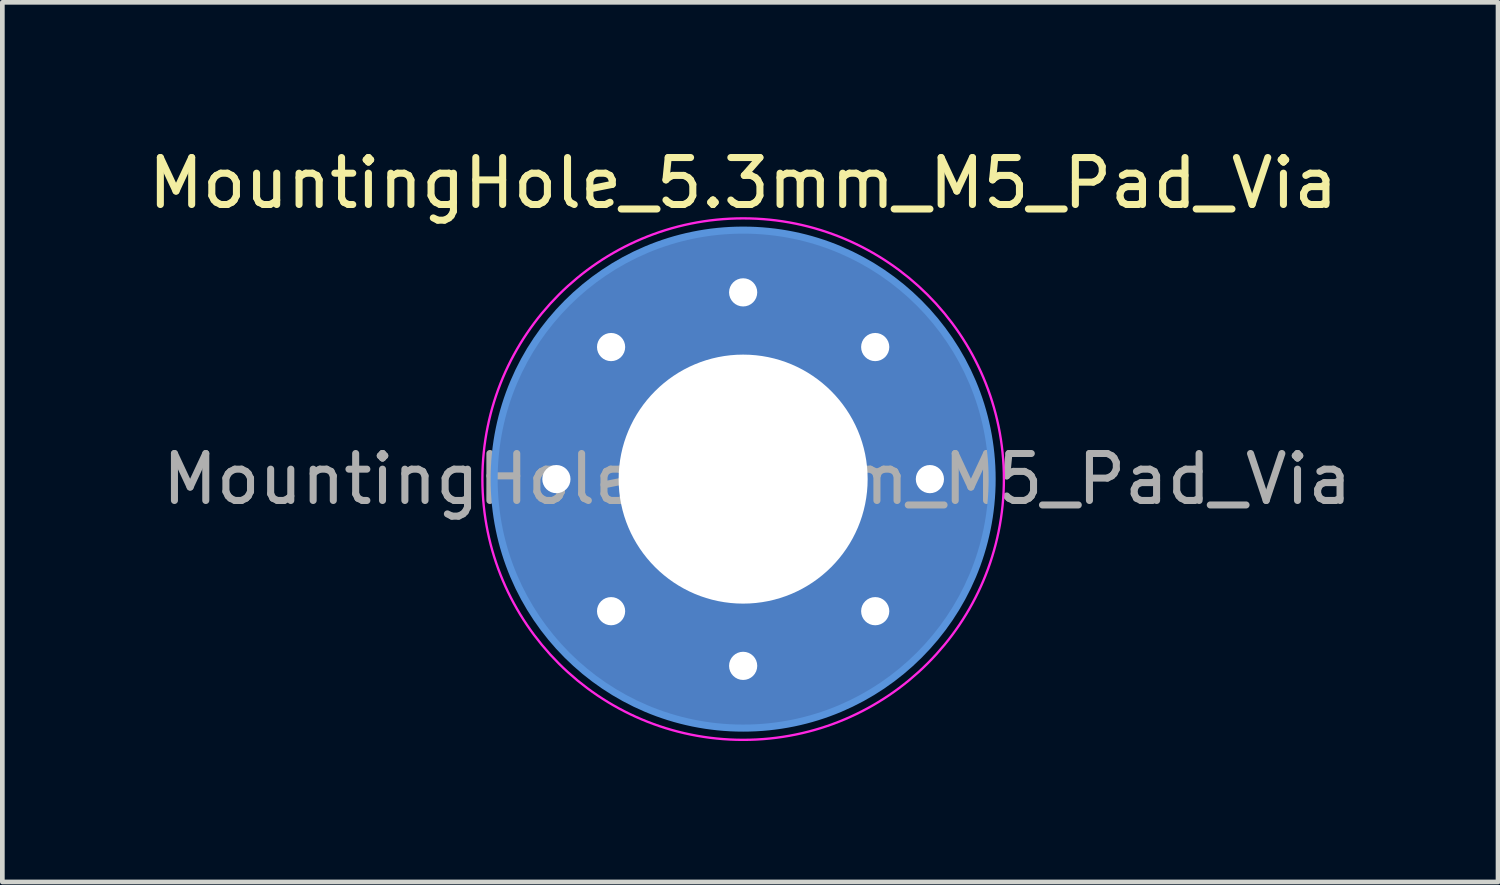
<source format=kicad_pcb>
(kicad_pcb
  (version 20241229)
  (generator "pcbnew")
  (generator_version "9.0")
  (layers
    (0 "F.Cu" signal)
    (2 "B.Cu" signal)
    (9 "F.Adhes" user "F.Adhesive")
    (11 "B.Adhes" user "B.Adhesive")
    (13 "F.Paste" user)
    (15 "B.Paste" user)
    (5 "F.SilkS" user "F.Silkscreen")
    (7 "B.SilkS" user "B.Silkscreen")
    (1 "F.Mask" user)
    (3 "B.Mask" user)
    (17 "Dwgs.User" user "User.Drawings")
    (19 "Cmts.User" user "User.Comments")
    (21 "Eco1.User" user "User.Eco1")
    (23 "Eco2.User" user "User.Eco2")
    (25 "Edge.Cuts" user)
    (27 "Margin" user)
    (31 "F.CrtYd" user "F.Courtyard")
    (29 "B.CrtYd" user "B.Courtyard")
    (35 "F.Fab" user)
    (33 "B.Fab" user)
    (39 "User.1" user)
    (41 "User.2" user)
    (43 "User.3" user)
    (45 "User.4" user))
  (footprint "MountingHole_5.3mm_M5_Pad_Via"
    (layer "F.Cu")
    (at 12.768 7.148)
    (property "Reference" "MountingHole_5.3mm_M5_Pad_Via" (at 0 -6.3 0) (layer "F.SilkS") (effects (font (size 1 1) (thickness 0.15))))
    (attr exclude_from_pos_files exclude_from_bom)
    (fp_circle (center 0 0) (end 5.3 0) (stroke (width 0.15) (type solid)) (fill no) (layer "Cmts.User"))
    (fp_circle (center 0 0) (end 5.55 0) (stroke (width 0.05) (type solid)) (fill no) (layer "F.CrtYd"))
    (fp_text user "${REFERENCE}" (at 0.3 0 0) (layer "F.Fab") (effects (font (size 1 1) (thickness 0.15))))
    (pad "" thru_hole circle (at -3.975 0) (size 0.9 0.9) (drill 0.6) (layers "*.Cu" "*.Mask"))
    (pad "" thru_hole circle (at -2.811 -2.811) (size 0.9 0.9) (drill 0.6) (layers "*.Cu" "*.Mask"))
    (pad "" thru_hole circle (at -2.811 2.811) (size 0.9 0.9) (drill 0.6) (layers "*.Cu" "*.Mask"))
    (pad "" thru_hole circle (at 0 -3.975) (size 0.9 0.9) (drill 0.6) (layers "*.Cu" "*.Mask"))
    (pad "" thru_hole circle (at 0 3.975) (size 0.9 0.9) (drill 0.6) (layers "*.Cu" "*.Mask"))
    (pad "" thru_hole circle (at 2.811 -2.811) (size 0.9 0.9) (drill 0.6) (layers "*.Cu" "*.Mask"))
    (pad "" thru_hole circle (at 2.811 2.811) (size 0.9 0.9) (drill 0.6) (layers "*.Cu" "*.Mask"))
    (pad "" thru_hole circle (at 3.975 0) (size 0.9 0.9) (drill 0.6) (layers "*.Cu" "*.Mask"))
    (pad "1" thru_hole circle (at 0 0) (size 10.6 10.6) (drill 5.3) (layers "*.Cu" "*.Mask")))
  (gr_rect
    (start -3 -3)
    (end 28.836 15.723)
    (stroke (width 0.1) (type default))
    (fill no)
    (layer "Edge.Cuts")))
</source>
